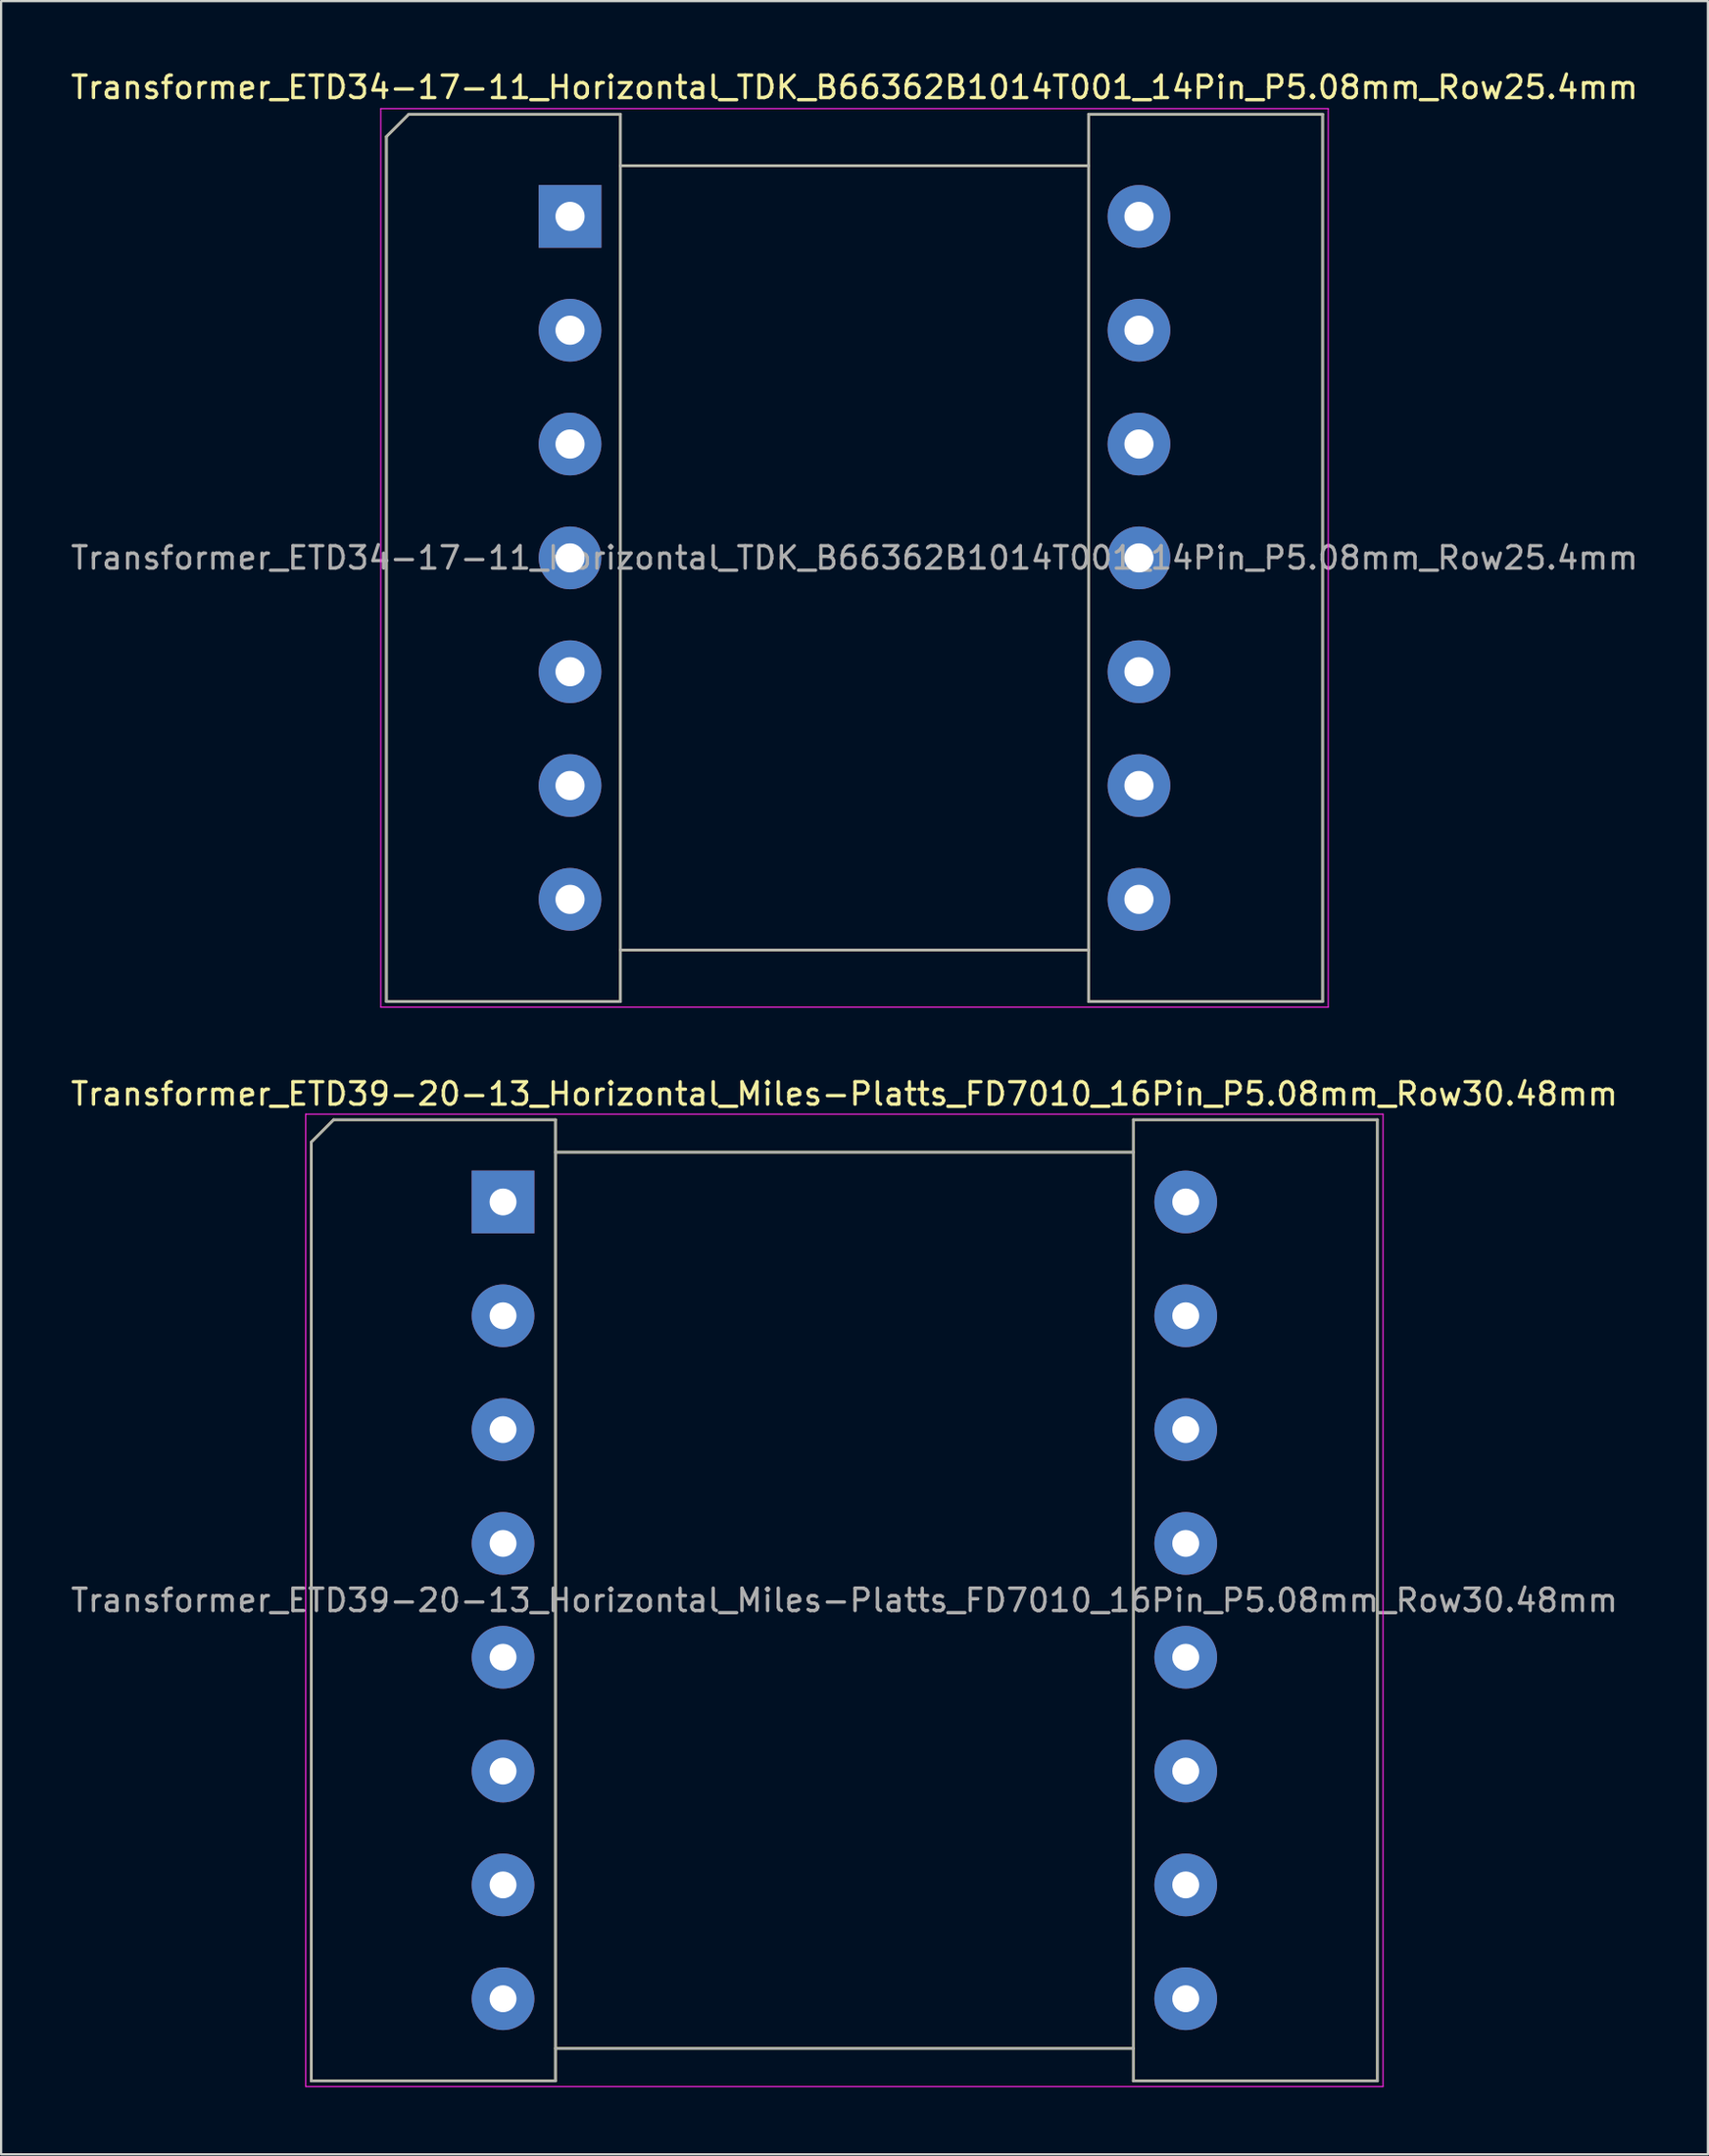
<source format=kicad_pcb>
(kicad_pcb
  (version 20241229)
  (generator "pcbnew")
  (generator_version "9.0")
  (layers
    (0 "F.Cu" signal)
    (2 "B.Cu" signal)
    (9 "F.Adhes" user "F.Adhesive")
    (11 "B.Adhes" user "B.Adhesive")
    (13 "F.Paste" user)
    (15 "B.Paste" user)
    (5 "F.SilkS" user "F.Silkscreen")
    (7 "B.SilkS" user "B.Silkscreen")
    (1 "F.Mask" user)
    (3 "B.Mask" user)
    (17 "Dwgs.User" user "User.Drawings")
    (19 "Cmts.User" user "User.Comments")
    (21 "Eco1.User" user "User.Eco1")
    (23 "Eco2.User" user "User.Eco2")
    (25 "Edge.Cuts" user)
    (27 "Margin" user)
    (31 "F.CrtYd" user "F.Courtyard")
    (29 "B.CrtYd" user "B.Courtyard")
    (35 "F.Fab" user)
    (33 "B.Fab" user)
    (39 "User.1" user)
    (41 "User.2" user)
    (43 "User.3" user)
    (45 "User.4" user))
  (footprint "Transformer_ETD39-20-13_Horizontal_Miles-Platts_FD7010_16Pin_P5.08mm_Row30.48mm"
    (layer "F.Cu")
    (at 19.409 50.592)
    (property "Reference" "Transformer_ETD39-20-13_Horizontal_Miles-Platts_FD7010_16Pin_P5.08mm_Row30.48mm" (at 15.24 -4.82 0) (layer "F.SilkS") (effects (font (size 1 1) (thickness 0.15))))
    (attr through_hole)
    (fp_line (start -8.56 39.23) (end -8.56 -2.67) (stroke (width 0.12) (type solid)) (layer "F.SilkS"))
    (fp_line (start -8.56 39.23) (end 2.34 39.23) (stroke (width 0.12) (type solid)) (layer "F.SilkS"))
    (fp_line (start -7.56 -3.67) (end -8.56 -2.67) (stroke (width 0.12) (type solid)) (layer "F.SilkS"))
    (fp_line (start 2.34 -3.67) (end -7.56 -3.67) (stroke (width 0.12) (type solid)) (layer "F.SilkS"))
    (fp_line (start 2.34 -3.67) (end 2.34 39.23) (stroke (width 0.12) (type solid)) (layer "F.SilkS"))
    (fp_line (start 2.34 -2.22) (end 28.14 -2.22) (stroke (width 0.12) (type solid)) (layer "F.SilkS"))
    (fp_line (start 2.34 37.78) (end 28.14 37.78) (stroke (width 0.12) (type solid)) (layer "F.SilkS"))
    (fp_line (start 28.14 -3.67) (end 28.14 39.23) (stroke (width 0.12) (type solid)) (layer "F.SilkS"))
    (fp_line (start 39.04 -3.67) (end 28.14 -3.67) (stroke (width 0.12) (type solid)) (layer "F.SilkS"))
    (fp_line (start 39.04 39.23) (end 28.14 39.23) (stroke (width 0.12) (type solid)) (layer "F.SilkS"))
    (fp_line (start 39.04 39.23) (end 39.04 -3.67) (stroke (width 0.12) (type solid)) (layer "F.SilkS"))
    (fp_line (start -8.81 -3.92) (end 39.29 -3.92) (stroke (width 0.05) (type solid)) (layer "F.CrtYd"))
    (fp_line (start -8.81 39.48) (end -8.81 -3.92) (stroke (width 0.05) (type solid)) (layer "F.CrtYd"))
    (fp_line (start -8.81 39.48) (end 39.29 39.48) (stroke (width 0.05) (type solid)) (layer "F.CrtYd"))
    (fp_line (start 39.29 39.48) (end 39.29 -3.92) (stroke (width 0.05) (type solid)) (layer "F.CrtYd"))
    (fp_line (start -8.56 39.23) (end -8.56 -2.67) (stroke (width 0.1) (type solid)) (layer "F.Fab"))
    (fp_line (start -8.56 39.23) (end 2.34 39.23) (stroke (width 0.1) (type solid)) (layer "F.Fab"))
    (fp_line (start -7.56 -3.67) (end -8.56 -2.67) (stroke (width 0.1) (type solid)) (layer "F.Fab"))
    (fp_line (start 2.34 -3.67) (end -7.56 -3.67) (stroke (width 0.1) (type solid)) (layer "F.Fab"))
    (fp_line (start 2.34 -3.67) (end 2.34 39.23) (stroke (width 0.1) (type solid)) (layer "F.Fab"))
    (fp_line (start 2.34 -2.22) (end 28.14 -2.22) (stroke (width 0.1) (type solid)) (layer "F.Fab"))
    (fp_line (start 2.34 37.78) (end 28.14 37.78) (stroke (width 0.1) (type solid)) (layer "F.Fab"))
    (fp_line (start 28.14 -3.67) (end 28.14 39.23) (stroke (width 0.1) (type solid)) (layer "F.Fab"))
    (fp_line (start 39.04 -3.67) (end 28.14 -3.67) (stroke (width 0.1) (type solid)) (layer "F.Fab"))
    (fp_line (start 39.04 39.23) (end 28.14 39.23) (stroke (width 0.1) (type solid)) (layer "F.Fab"))
    (fp_line (start 39.04 39.23) (end 39.04 -3.67) (stroke (width 0.1) (type solid)) (layer "F.Fab"))
    (fp_text user "${REFERENCE}" (at 15.24 17.78 0) (layer "F.Fab") (effects (font (size 1 1) (thickness 0.15))))
    (pad "1" thru_hole rect (at 0 0) (size 2.8 2.8) (drill 1.2) (layers "*.Cu" "*.Mask"))
    (pad "2" thru_hole circle (at 0 5.08) (size 2.8 2.8) (drill 1.2) (layers "*.Cu" "*.Mask"))
    (pad "3" thru_hole circle (at 0 10.16) (size 2.8 2.8) (drill 1.2) (layers "*.Cu" "*.Mask"))
    (pad "4" thru_hole circle (at 0 15.24) (size 2.8 2.8) (drill 1.2) (layers "*.Cu" "*.Mask"))
    (pad "5" thru_hole circle (at 0 20.32) (size 2.8 2.8) (drill 1.2) (layers "*.Cu" "*.Mask"))
    (pad "6" thru_hole circle (at 0 25.4) (size 2.8 2.8) (drill 1.2) (layers "*.Cu" "*.Mask"))
    (pad "7" thru_hole circle (at 0 30.48) (size 2.8 2.8) (drill 1.2) (layers "*.Cu" "*.Mask"))
    (pad "8" thru_hole circle (at 0 35.56) (size 2.8 2.8) (drill 1.2) (layers "*.Cu" "*.Mask"))
    (pad "9" thru_hole circle (at 30.48 35.56) (size 2.8 2.8) (drill 1.2) (layers "*.Cu" "*.Mask"))
    (pad "10" thru_hole circle (at 30.48 30.48) (size 2.8 2.8) (drill 1.2) (layers "*.Cu" "*.Mask"))
    (pad "11" thru_hole circle (at 30.48 25.4) (size 2.8 2.8) (drill 1.2) (layers "*.Cu" "*.Mask"))
    (pad "12" thru_hole circle (at 30.48 20.32) (size 2.8 2.8) (drill 1.2) (layers "*.Cu" "*.Mask"))
    (pad "13" thru_hole circle (at 30.48 15.24) (size 2.8 2.8) (drill 1.2) (layers "*.Cu" "*.Mask"))
    (pad "14" thru_hole circle (at 30.48 10.16) (size 2.8 2.8) (drill 1.2) (layers "*.Cu" "*.Mask"))
    (pad "15" thru_hole circle (at 30.48 5.08) (size 2.8 2.8) (drill 1.2) (layers "*.Cu" "*.Mask"))
    (pad "16" thru_hole circle (at 30.48 0) (size 2.8 2.8) (drill 1.2) (layers "*.Cu" "*.Mask")))
  (footprint "Transformer_ETD34-17-11_Horizontal_TDK_B66362B1014T001_14Pin_P5.08mm_Row25.4mm"
    (layer "F.Cu")
    (at 22.401 6.608)
    (property "Reference" "Transformer_ETD34-17-11_Horizontal_TDK_B66362B1014T001_14Pin_P5.08mm_Row25.4mm" (at 12.7 -5.76 0) (layer "F.SilkS") (effects (font (size 1 1) (thickness 0.15))))
    (attr through_hole)
    (fp_line (start -8.2 35.04) (end -8.2 -3.56) (stroke (width 0.12) (type solid)) (layer "F.SilkS"))
    (fp_line (start -8.2 35.04) (end 2.25 35.04) (stroke (width 0.12) (type solid)) (layer "F.SilkS"))
    (fp_line (start -7.2 -4.56) (end -8.2 -3.56) (stroke (width 0.12) (type solid)) (layer "F.SilkS"))
    (fp_line (start 2.25 -4.56) (end -7.2 -4.56) (stroke (width 0.12) (type solid)) (layer "F.SilkS"))
    (fp_line (start 2.25 -4.56) (end 2.25 35.04) (stroke (width 0.12) (type solid)) (layer "F.SilkS"))
    (fp_line (start 2.25 -2.26) (end 23.15 -2.26) (stroke (width 0.12) (type solid)) (layer "F.SilkS"))
    (fp_line (start 2.25 32.74) (end 23.15 32.74) (stroke (width 0.12) (type solid)) (layer "F.SilkS"))
    (fp_line (start 23.15 -4.56) (end 23.15 35.04) (stroke (width 0.12) (type solid)) (layer "F.SilkS"))
    (fp_line (start 33.6 -4.56) (end 23.15 -4.56) (stroke (width 0.12) (type solid)) (layer "F.SilkS"))
    (fp_line (start 33.6 35.04) (end 23.15 35.04) (stroke (width 0.12) (type solid)) (layer "F.SilkS"))
    (fp_line (start 33.6 35.04) (end 33.6 -4.56) (stroke (width 0.12) (type solid)) (layer "F.SilkS"))
    (fp_line (start -8.45 -4.81) (end 33.85 -4.81) (stroke (width 0.05) (type solid)) (layer "F.CrtYd"))
    (fp_line (start -8.45 35.29) (end -8.45 -4.81) (stroke (width 0.05) (type solid)) (layer "F.CrtYd"))
    (fp_line (start -8.45 35.29) (end 33.85 35.29) (stroke (width 0.05) (type solid)) (layer "F.CrtYd"))
    (fp_line (start 33.85 35.29) (end 33.85 -4.81) (stroke (width 0.05) (type solid)) (layer "F.CrtYd"))
    (fp_line (start -8.2 35.04) (end -8.2 -3.56) (stroke (width 0.1) (type solid)) (layer "F.Fab"))
    (fp_line (start -8.2 35.04) (end 2.25 35.04) (stroke (width 0.1) (type solid)) (layer "F.Fab"))
    (fp_line (start -7.2 -4.56) (end -8.2 -3.56) (stroke (width 0.1) (type solid)) (layer "F.Fab"))
    (fp_line (start 2.25 -4.56) (end -7.2 -4.56) (stroke (width 0.1) (type solid)) (layer "F.Fab"))
    (fp_line (start 2.25 -4.56) (end 2.25 35.04) (stroke (width 0.1) (type solid)) (layer "F.Fab"))
    (fp_line (start 2.25 -2.26) (end 23.15 -2.26) (stroke (width 0.1) (type solid)) (layer "F.Fab"))
    (fp_line (start 2.25 32.74) (end 23.15 32.74) (stroke (width 0.1) (type solid)) (layer "F.Fab"))
    (fp_line (start 23.15 -4.56) (end 23.15 35.04) (stroke (width 0.1) (type solid)) (layer "F.Fab"))
    (fp_line (start 33.6 -4.56) (end 23.15 -4.56) (stroke (width 0.1) (type solid)) (layer "F.Fab"))
    (fp_line (start 33.6 35.04) (end 23.15 35.04) (stroke (width 0.1) (type solid)) (layer "F.Fab"))
    (fp_line (start 33.6 35.04) (end 33.6 -4.56) (stroke (width 0.1) (type solid)) (layer "F.Fab"))
    (fp_text user "${REFERENCE}" (at 12.7 15.24 0) (layer "F.Fab") (effects (font (size 1 1) (thickness 0.15))))
    (pad "1" thru_hole rect (at 0 0) (size 2.8 2.8) (drill 1.3) (layers "*.Cu" "*.Mask"))
    (pad "2" thru_hole circle (at 0 5.08) (size 2.8 2.8) (drill 1.3) (layers "*.Cu" "*.Mask"))
    (pad "3" thru_hole circle (at 0 10.16) (size 2.8 2.8) (drill 1.3) (layers "*.Cu" "*.Mask"))
    (pad "4" thru_hole circle (at 0 15.24) (size 2.8 2.8) (drill 1.3) (layers "*.Cu" "*.Mask"))
    (pad "5" thru_hole circle (at 0 20.32) (size 2.8 2.8) (drill 1.3) (layers "*.Cu" "*.Mask"))
    (pad "6" thru_hole circle (at 0 25.4) (size 2.8 2.8) (drill 1.3) (layers "*.Cu" "*.Mask"))
    (pad "7" thru_hole circle (at 0 30.48) (size 2.8 2.8) (drill 1.3) (layers "*.Cu" "*.Mask"))
    (pad "8" thru_hole circle (at 25.4 30.48) (size 2.8 2.8) (drill 1.3) (layers "*.Cu" "*.Mask"))
    (pad "9" thru_hole circle (at 25.4 25.4) (size 2.8 2.8) (drill 1.3) (layers "*.Cu" "*.Mask"))
    (pad "10" thru_hole circle (at 25.4 20.32) (size 2.8 2.8) (drill 1.3) (layers "*.Cu" "*.Mask"))
    (pad "11" thru_hole circle (at 25.4 15.24) (size 2.8 2.8) (drill 1.3) (layers "*.Cu" "*.Mask"))
    (pad "12" thru_hole circle (at 25.4 10.16) (size 2.8 2.8) (drill 1.3) (layers "*.Cu" "*.Mask"))
    (pad "13" thru_hole circle (at 25.4 5.08) (size 2.8 2.8) (drill 1.3) (layers "*.Cu" "*.Mask"))
    (pad "14" thru_hole circle (at 25.4 0) (size 2.8 2.8) (drill 1.3) (layers "*.Cu" "*.Mask")))
  (gr_rect
    (start -3 -3)
    (end 73.202 93.097)
    (stroke (width 0.1) (type default))
    (fill no)
    (layer "Edge.Cuts")))
</source>
